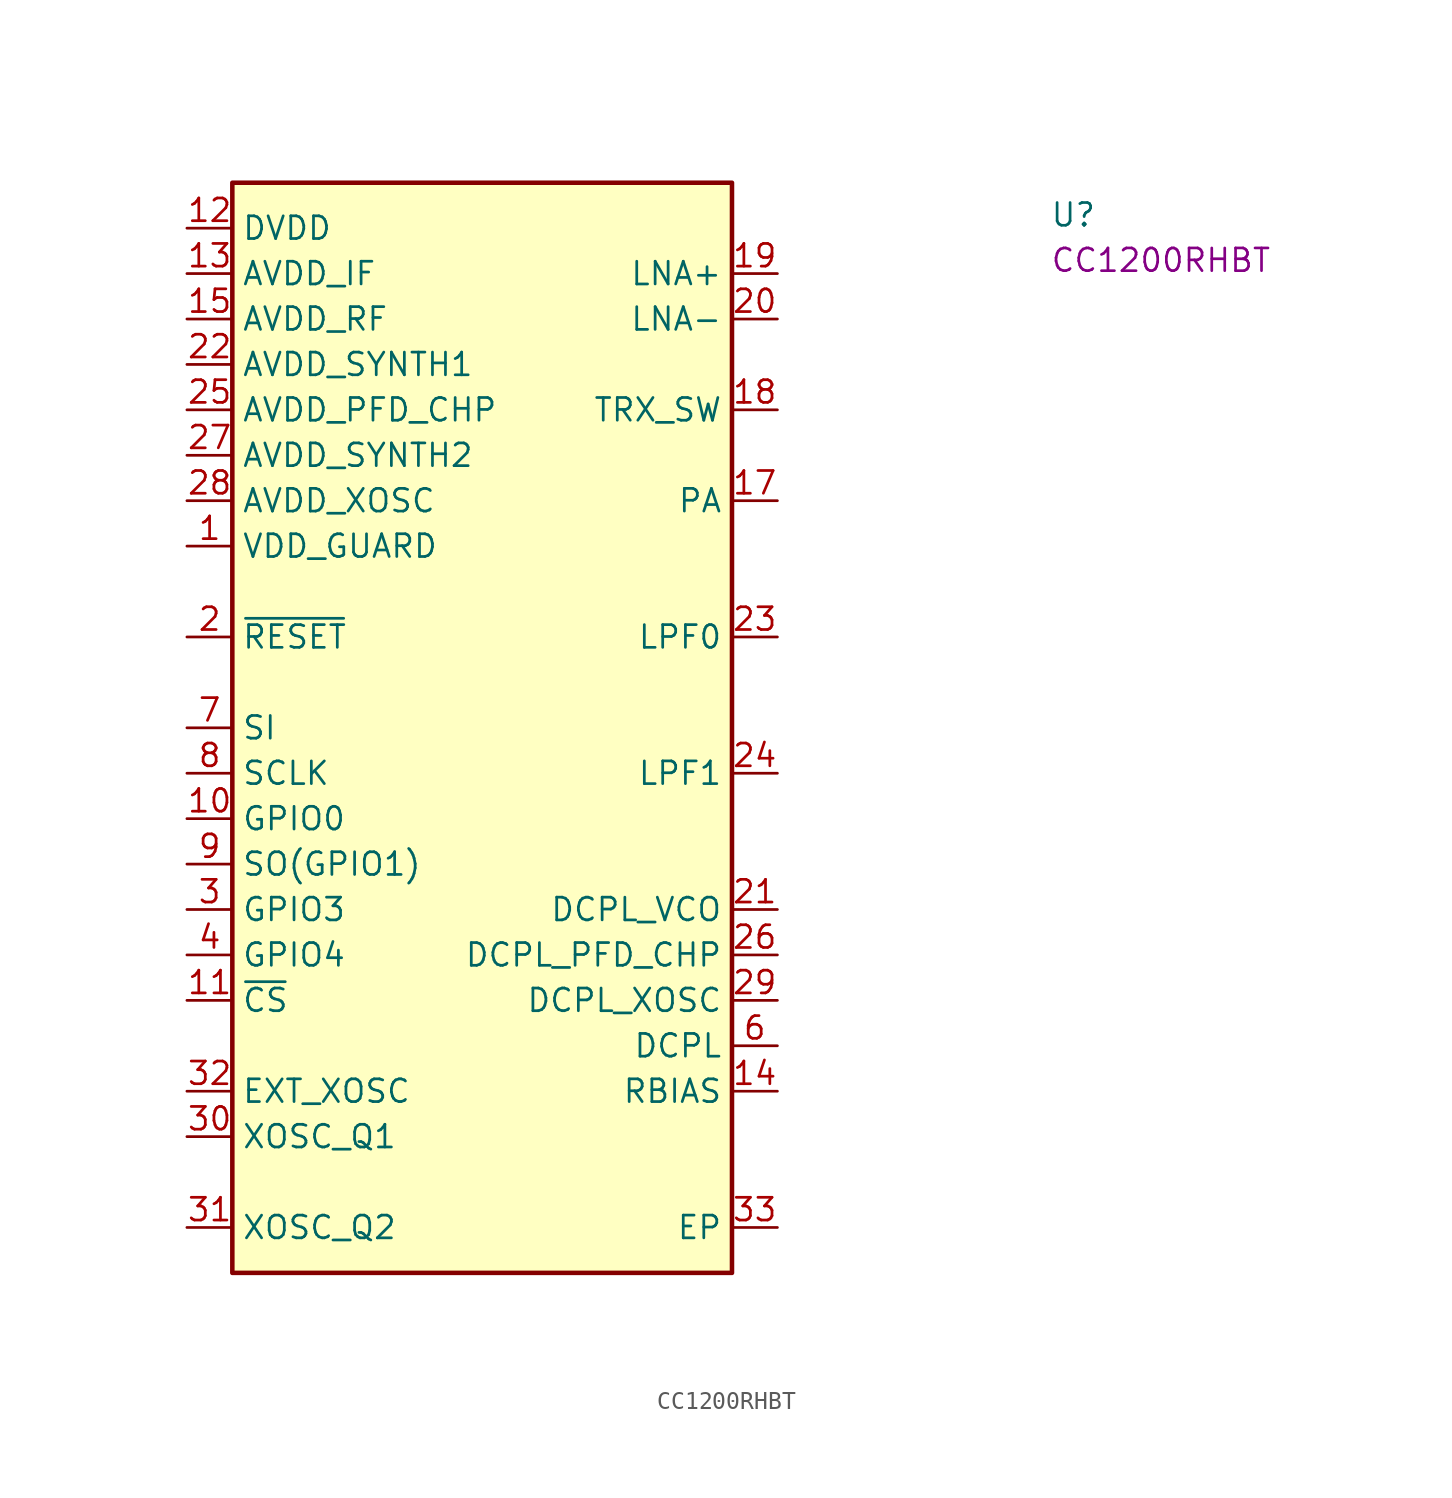
<source format=kicad_sym>
(kicad_symbol_lib
  (version 20220914)
  (generator kicad_symbol_editor)
  (symbol "CC1200RHBT"
    (property "Reference" "U"
      (at 48.26 0 0)
      (effects (font (size 1.27 1.27) (thickness 0.15)) (justify left bottom)))
    (property "MPN" "CC1200RHBT"
      (at 48.26 -2.54 0)
      (effects (font (size 1.27 1.27) (thickness 0.15)) (justify left bottom)))
    (symbol "CC1200RHBT_1_1"
      (rectangle (start 2.54 2.54) (end 30.48 -58.42) (stroke (width 0.254) (type default)) (fill (type background)))
      (pin power_in line (at 0 -17.78 0) (length 2.54) (name "VDD_GUARD" (effects (font (size 1.27 1.27)))) (number "1" (effects (font (size 1.27 1.27)))))
      (pin bidirectional line (at 0 -33.02 0) (length 2.54) (name "GPIO0" (effects (font (size 1.27 1.27)))) (number "10" (effects (font (size 1.27 1.27)))))
      (pin input line (at 0 -43.18 0) (length 2.54) (name "~{CS}" (effects (font (size 1.27 1.27)))) (number "11" (effects (font (size 1.27 1.27)))))
      (pin power_in line (at 0 0 0) (length 2.54) (name "DVDD" (effects (font (size 1.27 1.27)))) (number "12" (effects (font (size 1.27 1.27)))))
      (pin power_in line (at 0 -2.54 0) (length 2.54) (name "AVDD_IF" (effects (font (size 1.27 1.27)))) (number "13" (effects (font (size 1.27 1.27)))))
      (pin power_in line (at 33.02 -48.26 180) (length 2.54) (name "RBIAS" (effects (font (size 1.27 1.27)))) (number "14" (effects (font (size 1.27 1.27)))))
      (pin power_in line (at 0 -5.08 0) (length 2.54) (name "AVDD_RF" (effects (font (size 1.27 1.27)))) (number "15" (effects (font (size 1.27 1.27)))))
      (pin no_connect line (at 30.48 -50.8 180) (length 2.54) hide (name "NC" (effects (font (size 1.27 1.27)))) (number "16" (effects (font (size 1.27 1.27)))))
      (pin passive line (at 33.02 -15.24 180) (length 2.54) (name "PA" (effects (font (size 1.27 1.27)))) (number "17" (effects (font (size 1.27 1.27)))))
      (pin passive line (at 33.02 -10.16 180) (length 2.54) (name "TRX_SW" (effects (font (size 1.27 1.27)))) (number "18" (effects (font (size 1.27 1.27)))))
      (pin passive line (at 33.02 -2.54 180) (length 2.54) (name "LNA+" (effects (font (size 1.27 1.27)))) (number "19" (effects (font (size 1.27 1.27)))))
      (pin input line (at 0 -22.86 0) (length 2.54) (name "~{RESET}" (effects (font (size 1.27 1.27)))) (number "2" (effects (font (size 1.27 1.27)))))
      (pin passive line (at 33.02 -5.08 180) (length 2.54) (name "LNA-" (effects (font (size 1.27 1.27)))) (number "20" (effects (font (size 1.27 1.27)))))
      (pin power_in line (at 33.02 -38.1 180) (length 2.54) (name "DCPL_VCO" (effects (font (size 1.27 1.27)))) (number "21" (effects (font (size 1.27 1.27)))))
      (pin power_in line (at 0 -7.62 0) (length 2.54) (name "AVDD_SYNTH1" (effects (font (size 1.27 1.27)))) (number "22" (effects (font (size 1.27 1.27)))))
      (pin passive line (at 33.02 -22.86 180) (length 2.54) (name "LPF0" (effects (font (size 1.27 1.27)))) (number "23" (effects (font (size 1.27 1.27)))))
      (pin passive line (at 33.02 -30.48 180) (length 2.54) (name "LPF1" (effects (font (size 1.27 1.27)))) (number "24" (effects (font (size 1.27 1.27)))))
      (pin power_in line (at 0 -10.16 0) (length 2.54) (name "AVDD_PFD_CHP" (effects (font (size 1.27 1.27)))) (number "25" (effects (font (size 1.27 1.27)))))
      (pin power_in line (at 33.02 -40.64 180) (length 2.54) (name "DCPL_PFD_CHP" (effects (font (size 1.27 1.27)))) (number "26" (effects (font (size 1.27 1.27)))))
      (pin power_in line (at 0 -12.7 0) (length 2.54) (name "AVDD_SYNTH2" (effects (font (size 1.27 1.27)))) (number "27" (effects (font (size 1.27 1.27)))))
      (pin power_in line (at 0 -15.24 0) (length 2.54) (name "AVDD_XOSC" (effects (font (size 1.27 1.27)))) (number "28" (effects (font (size 1.27 1.27)))))
      (pin power_in line (at 33.02 -43.18 180) (length 2.54) (name "DCPL_XOSC" (effects (font (size 1.27 1.27)))) (number "29" (effects (font (size 1.27 1.27)))))
      (pin bidirectional line (at 0 -38.1 0) (length 2.54) (name "GPIO3" (effects (font (size 1.27 1.27)))) (number "3" (effects (font (size 1.27 1.27)))))
      (pin passive line (at 0 -50.8 0) (length 2.54) (name "XOSC_Q1" (effects (font (size 1.27 1.27)))) (number "30" (effects (font (size 1.27 1.27)))))
      (pin passive line (at 0 -55.88 0) (length 2.54) (name "XOSC_Q2" (effects (font (size 1.27 1.27)))) (number "31" (effects (font (size 1.27 1.27)))))
      (pin input line (at 0 -48.26 0) (length 2.54) (name "EXT_XOSC" (effects (font (size 1.27 1.27)))) (number "32" (effects (font (size 1.27 1.27)))))
      (pin power_in line (at 33.02 -55.88 180) (length 2.54) (name "EP" (effects (font (size 1.27 1.27)))) (number "33" (effects (font (size 1.27 1.27)))))
      (pin bidirectional line (at 0 -40.64 0) (length 2.54) (name "GPIO4" (effects (font (size 1.27 1.27)))) (number "4" (effects (font (size 1.27 1.27)))))
      (pin passive line (at 0 0 0) (length 2.54) hide (name "DVDD" (effects (font (size 1.27 1.27)))) (number "5" (effects (font (size 1.27 1.27)))))
      (pin power_out line (at 33.02 -45.72 180) (length 2.54) (name "DCPL" (effects (font (size 1.27 1.27)))) (number "6" (effects (font (size 1.27 1.27)))))
      (pin input line (at 0 -27.94 0) (length 2.54) (name "SI" (effects (font (size 1.27 1.27)))) (number "7" (effects (font (size 1.27 1.27)))))
      (pin input line (at 0 -30.48 0) (length 2.54) (name "SCLK" (effects (font (size 1.27 1.27)))) (number "8" (effects (font (size 1.27 1.27)))))
      (pin bidirectional line (at 0 -35.56 0) (length 2.54) (name "SO(GPIO1)" (effects (font (size 1.27 1.27)))) (number "9" (effects (font (size 1.27 1.27))))))))
</source>
